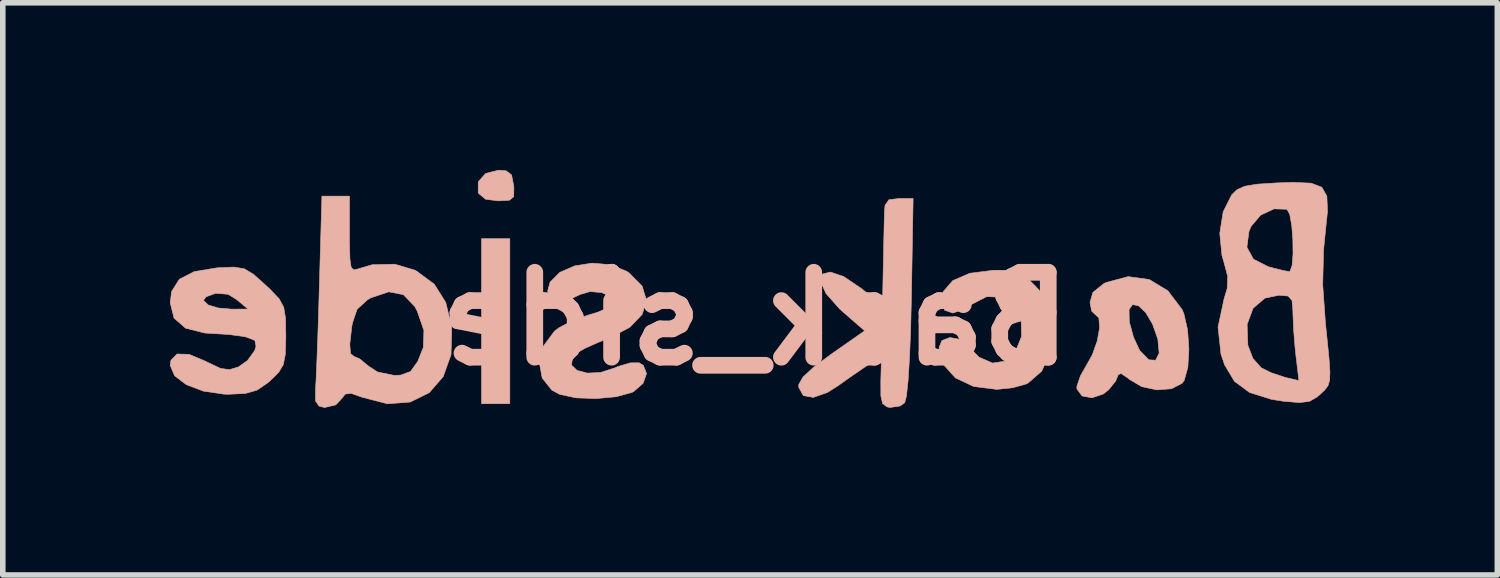
<source format=kicad_pcb>
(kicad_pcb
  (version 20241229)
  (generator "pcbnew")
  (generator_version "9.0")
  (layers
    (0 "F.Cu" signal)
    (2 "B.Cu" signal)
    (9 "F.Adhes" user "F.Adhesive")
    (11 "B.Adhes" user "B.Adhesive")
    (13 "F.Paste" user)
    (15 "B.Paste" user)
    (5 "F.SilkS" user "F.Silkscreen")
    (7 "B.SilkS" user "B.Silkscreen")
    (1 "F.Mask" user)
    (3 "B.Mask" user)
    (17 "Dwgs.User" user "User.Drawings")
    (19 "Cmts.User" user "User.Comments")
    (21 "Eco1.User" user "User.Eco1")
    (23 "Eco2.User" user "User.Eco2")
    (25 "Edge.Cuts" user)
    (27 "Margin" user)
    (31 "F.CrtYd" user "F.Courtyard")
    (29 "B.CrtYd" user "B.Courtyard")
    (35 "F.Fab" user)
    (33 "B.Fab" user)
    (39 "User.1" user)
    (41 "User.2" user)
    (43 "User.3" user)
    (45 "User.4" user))
  (footprint "Back_side"
    (layer "F.Cu")
    (at 10.504 2.672)
    (property "Reference" "Back_side" (at 0 0 180) (layer "B.SilkS") (effects (font (size 1.524 1.524) (thickness 0.3)) (justify mirror)))
    (attr through_hole)
    (fp_poly (pts (xy -4.911 1.524) (xy -4.403 1.524) (xy -4.403 -1.439) (xy -4.911 -1.439) (xy -4.911 1.524)) (stroke (width 0.01) (type solid)) (fill yes) (layer "B.SilkS"))
    (fp_poly (pts (xy -4.837 -2.609) (xy -4.97 -2.459) (xy -4.971 -2.26) (xy -4.969 -2.255) (xy -4.839 -2.146) (xy -4.612 -2.117) (xy -4.411 -2.128) (xy -4.333 -2.191) (xy -4.33 -2.354) (xy -4.334 -2.392) (xy -4.372 -2.583) (xy -4.471 -2.657) (xy -4.605 -2.667) (xy -4.837 -2.609)) (stroke (width 0.01) (type solid)) (fill yes) (layer "B.SilkS"))
    (fp_poly (pts (xy 4.272 -0.87) (xy 3.853 -0.817) (xy 3.549 -0.686) (xy 3.377 -0.488) (xy 3.344 -0.331) (xy 3.4 -0.155) (xy 3.549 -0.103) (xy 3.762 -0.178) (xy 3.864 -0.248) (xy 4.156 -0.398) (xy 4.423 -0.387) (xy 4.641 -0.222) (xy 4.776 0.052) (xy 4.782 0.319) (xy 4.674 0.583) (xy 4.491 0.76) (xy 4.262 0.795) (xy 4.018 0.689) (xy 3.826 0.495) (xy 3.673 0.37) (xy 3.495 0.336) (xy 3.352 0.392) (xy 3.302 0.514) (xy 3.379 0.821) (xy 3.594 1.06) (xy 3.922 1.215) (xy 4.335 1.267) (xy 4.616 1.239) (xy 4.858 1.173) (xy 4.901 1.152) (xy 5.146 0.938) (xy 5.286 0.615) (xy 5.331 0.189) (xy 5.318 -0.1) (xy 5.252 -0.305) (xy 5.103 -0.508) (xy 5.047 -0.569) (xy 4.871 -0.747) (xy 4.72 -0.839) (xy 4.525 -0.871) (xy 4.272 -0.87)) (stroke (width 0.01) (type solid)) (fill yes) (layer "B.SilkS"))
    (fp_poly (pts (xy 2.401 -2.137) (xy 2.332 -2.036) (xy 2.321 -1.905) (xy 2.316 -1.7) (xy 2.309 -1.387) (xy 2.302 -1.024) (xy 2.3 -0.942) (xy 2.286 -0.234) (xy 1.912 -0.54) (xy 1.59 -0.758) (xy 1.35 -0.839) (xy 1.206 -0.802) (xy 1.175 -0.667) (xy 1.272 -0.454) (xy 1.513 -0.181) (xy 1.575 -0.125) (xy 1.966 0.215) (xy 1.363 0.637) (xy 1.046 0.872) (xy 0.859 1.046) (xy 0.784 1.178) (xy 0.782 1.228) (xy 0.865 1.379) (xy 1.044 1.411) (xy 1.296 1.323) (xy 1.485 1.204) (xy 1.739 1.024) (xy 1.977 0.861) (xy 2.044 0.816) (xy 2.268 0.67) (xy 2.256 1.118) (xy 2.257 1.383) (xy 2.288 1.522) (xy 2.365 1.58) (xy 2.42 1.592) (xy 2.604 1.565) (xy 2.685 1.507) (xy 2.716 1.386) (xy 2.745 1.116) (xy 2.77 0.717) (xy 2.791 0.208) (xy 2.805 -0.381) (xy 2.836 -2.159) (xy 2.582 -2.159) (xy 2.401 -2.137)) (stroke (width 0.01) (type solid)) (fill yes) (layer "B.SilkS"))
    (fp_poly (pts (xy -3.241 -0.949) (xy -3.507 -0.833) (xy -3.68 -0.659) (xy -3.725 -0.495) (xy -3.657 -0.378) (xy -3.488 -0.336) (xy -3.271 -0.374) (xy -3.144 -0.436) (xy -2.962 -0.489) (xy -2.756 -0.471) (xy -2.594 -0.398) (xy -2.54 -0.303) (xy -2.618 -0.21) (xy -2.83 -0.116) (xy -2.97 -0.075) (xy -3.263 0.026) (xy -3.516 0.158) (xy -3.602 0.222) (xy -3.801 0.492) (xy -3.873 0.787) (xy -3.822 1.063) (xy -3.65 1.279) (xy -3.509 1.356) (xy -3.216 1.419) (xy -2.853 1.432) (xy -2.493 1.399) (xy -2.212 1.322) (xy -2.18 1.306) (xy -2.01 1.157) (xy -1.949 0.983) (xy -2.007 0.836) (xy -2.082 0.79) (xy -2.241 0.791) (xy -2.465 0.858) (xy -2.517 0.881) (xy -2.776 0.964) (xy -3.013 0.975) (xy -3.198 0.926) (xy -3.296 0.83) (xy -3.277 0.7) (xy -3.195 0.609) (xy -3.061 0.533) (xy -2.825 0.427) (xy -2.616 0.344) (xy -2.251 0.154) (xy -2.027 -0.079) (xy -1.951 -0.333) (xy -2.028 -0.587) (xy -2.262 -0.823) (xy -2.309 -0.854) (xy -2.601 -0.971) (xy -2.926 -0.999) (xy -3.241 -0.949)) (stroke (width 0.01) (type solid)) (fill yes) (layer "B.SilkS"))
    (fp_poly (pts (xy 6.298 -0.651) (xy 6.261 -0.633) (xy 6.063 -0.474) (xy 6.011 -0.294) (xy 6.041 -0.136) (xy 6.096 -0.085) (xy 6.17 -0.015) (xy 6.183 0.162) (xy 6.141 0.398) (xy 6.052 0.646) (xy 5.965 0.803) (xy 5.839 1.025) (xy 5.776 1.21) (xy 5.775 1.259) (xy 5.869 1.386) (xy 6.046 1.418) (xy 6.247 1.351) (xy 6.345 1.275) (xy 6.472 1.117) (xy 6.519 1.001) (xy 6.571 0.983) (xy 6.696 1.068) (xy 6.715 1.086) (xy 6.94 1.219) (xy 7.212 1.276) (xy 7.473 1.256) (xy 7.663 1.158) (xy 7.702 1.106) (xy 7.767 0.871) (xy 7.782 0.615) (xy 7.252 0.615) (xy 7.189 0.744) (xy 7.067 0.736) (xy 6.909 0.576) (xy 6.898 0.559) (xy 6.792 0.332) (xy 6.718 0.061) (xy 6.716 0.051) (xy 6.712 -0.166) (xy 6.775 -0.256) (xy 6.882 -0.233) (xy 7.01 -0.112) (xy 7.133 0.094) (xy 7.228 0.364) (xy 7.252 0.615) (xy 7.782 0.615) (xy 7.786 0.545) (xy 7.762 0.2) (xy 7.696 -0.091) (xy 7.664 -0.166) (xy 7.407 -0.504) (xy 7.074 -0.705) (xy 6.695 -0.757) (xy 6.298 -0.651)) (stroke (width 0.01) (type solid)) (fill yes) (layer "B.SilkS"))
    (fp_poly (pts (xy -7.821 -0.614) (xy -7.836 -0.091) (xy -7.852 0.393) (xy -7.868 0.804) (xy -7.881 1.11) (xy -7.891 1.27) (xy -7.891 1.475) (xy -7.827 1.567) (xy -7.73 1.593) (xy -7.527 1.545) (xy -7.441 1.455) (xy -7.356 1.351) (xy -7.248 1.339) (xy -7.058 1.407) (xy -6.599 1.526) (xy -6.189 1.494) (xy -5.849 1.326) (xy -5.599 1.038) (xy -5.458 0.644) (xy -5.447 0.21) (xy -5.945 0.21) (xy -5.956 0.515) (xy -6.056 0.766) (xy -6.184 0.945) (xy -6.363 1.011) (xy -6.479 1.016) (xy -6.778 0.955) (xy -6.943 0.847) (xy -7.094 0.722) (xy -7.197 0.677) (xy -7.262 0.626) (xy -7.276 0.458) (xy -7.241 0.152) (xy -7.229 0.078) (xy -7.143 -0.173) (xy -6.953 -0.345) (xy -6.897 -0.377) (xy -6.577 -0.484) (xy -6.314 -0.433) (xy -6.11 -0.222) (xy -6.064 -0.136) (xy -5.945 0.21) (xy -5.447 0.21) (xy -5.446 0.161) (xy -5.447 0.151) (xy -5.553 -0.294) (xy -5.761 -0.623) (xy -6.093 -0.867) (xy -6.102 -0.871) (xy -6.469 -0.98) (xy -6.875 -0.97) (xy -7.133 -0.894) (xy -7.206 -0.877) (xy -7.251 -0.925) (xy -7.273 -1.068) (xy -7.281 -1.337) (xy -7.281 -1.515) (xy -7.281 -2.201) (xy -7.776 -2.201) (xy -7.821 -0.614)) (stroke (width 0.01) (type solid)) (fill yes) (layer "B.SilkS"))
    (fp_poly (pts (xy -9.634 -0.916) (xy -9.656 -0.915) (xy -10.068 -0.847) (xy -10.335 -0.71) (xy -10.473 -0.491) (xy -10.499 -0.288) (xy -10.43 -0.012) (xy -10.224 0.168) (xy -9.878 0.256) (xy -9.739 0.264) (xy -9.447 0.282) (xy -9.19 0.316) (xy -9.133 0.328) (xy -8.979 0.388) (xy -8.959 0.496) (xy -8.983 0.572) (xy -9.112 0.75) (xy -9.274 0.864) (xy -9.435 0.913) (xy -9.597 0.89) (xy -9.826 0.782) (xy -9.858 0.765) (xy -10.161 0.638) (xy -10.375 0.632) (xy -10.486 0.745) (xy -10.499 0.837) (xy -10.42 1.023) (xy -10.209 1.183) (xy -9.901 1.299) (xy -9.532 1.353) (xy -9.453 1.355) (xy -9.15 1.34) (xy -8.941 1.281) (xy -8.753 1.153) (xy -8.701 1.108) (xy -8.552 0.962) (xy -8.469 0.824) (xy -8.433 0.637) (xy -8.424 0.344) (xy -8.424 0.297) (xy -8.429 -0.008) (xy -8.456 -0.175) (xy -9.102 -0.175) (xy -9.398 -0.173) (xy -9.636 -0.194) (xy -9.811 -0.246) (xy -9.819 -0.251) (xy -9.904 -0.331) (xy -9.851 -0.396) (xy -9.685 -0.457) (xy -9.459 -0.44) (xy -9.304 -0.343) (xy -9.102 -0.175) (xy -8.456 -0.175) (xy -8.461 -0.206) (xy -8.544 -0.359) (xy -8.704 -0.527) (xy -8.791 -0.608) (xy -9.006 -0.8) (xy -9.171 -0.898) (xy -9.356 -0.928) (xy -9.634 -0.916)) (stroke (width 0.01) (type solid)) (fill yes) (layer "B.SilkS"))
    (fp_poly (pts (xy 9.369 -2.439) (xy 9.017 -2.417) (xy 8.791 -2.38) (xy 8.649 -2.317) (xy 8.555 -2.226) (xy 8.401 -1.92) (xy 8.34 -1.534) (xy 8.38 -1.134) (xy 8.414 -1.019) (xy 8.483 -0.758) (xy 8.473 -0.543) (xy 8.418 -0.36) (xy 8.309 0.149) (xy 8.362 0.635) (xy 8.427 0.828) (xy 8.604 1.123) (xy 8.875 1.323) (xy 9.267 1.446) (xy 9.483 1.48) (xy 9.768 1.504) (xy 9.948 1.483) (xy 10.085 1.405) (xy 10.139 1.358) (xy 10.225 1.277) (xy 10.282 1.203) (xy 10.31 1.11) (xy 9.761 1.11) (xy 9.516 1.053) (xy 9.264 0.969) (xy 9.084 0.88) (xy 8.934 0.71) (xy 8.844 0.474) (xy 8.831 0.1) (xy 8.938 -0.189) (xy 9.15 -0.371) (xy 9.404 -0.423) (xy 9.567 -0.408) (xy 9.637 -0.328) (xy 9.653 -0.135) (xy 9.653 -0.106) (xy 9.664 0.172) (xy 9.691 0.511) (xy 9.707 0.661) (xy 9.761 1.11) (xy 10.31 1.11) (xy 10.312 1.105) (xy 10.317 0.952) (xy 10.301 0.711) (xy 10.265 0.351) (xy 10.237 0.082) (xy 10.188 -0.61) (xy 10.201 -1.163) (xy 9.655 -1.163) (xy 9.638 -0.955) (xy 9.6 -0.851) (xy 9.588 -0.847) (xy 9.472 -0.868) (xy 9.264 -0.92) (xy 9.208 -0.936) (xy 8.943 -1.071) (xy 8.827 -1.285) (xy 8.864 -1.568) (xy 8.904 -1.662) (xy 9.074 -1.861) (xy 9.314 -1.973) (xy 9.546 -1.966) (xy 9.596 -1.875) (xy 9.632 -1.675) (xy 9.652 -1.42) (xy 9.655 -1.163) (xy 10.201 -1.163) (xy 10.202 -1.223) (xy 10.232 -1.527) (xy 10.274 -1.933) (xy 10.262 -2.203) (xy 10.172 -2.361) (xy 9.98 -2.434) (xy 9.66 -2.449) (xy 9.369 -2.439)) (stroke (width 0.01) (type solid)) (fill yes) (layer "B.SilkS")))
  (gr_rect
    (start -3 -3)
    (end 23.826 7.27)
    (stroke (width 0.1) (type default))
    (fill no)
    (layer "Edge.Cuts")))
</source>
